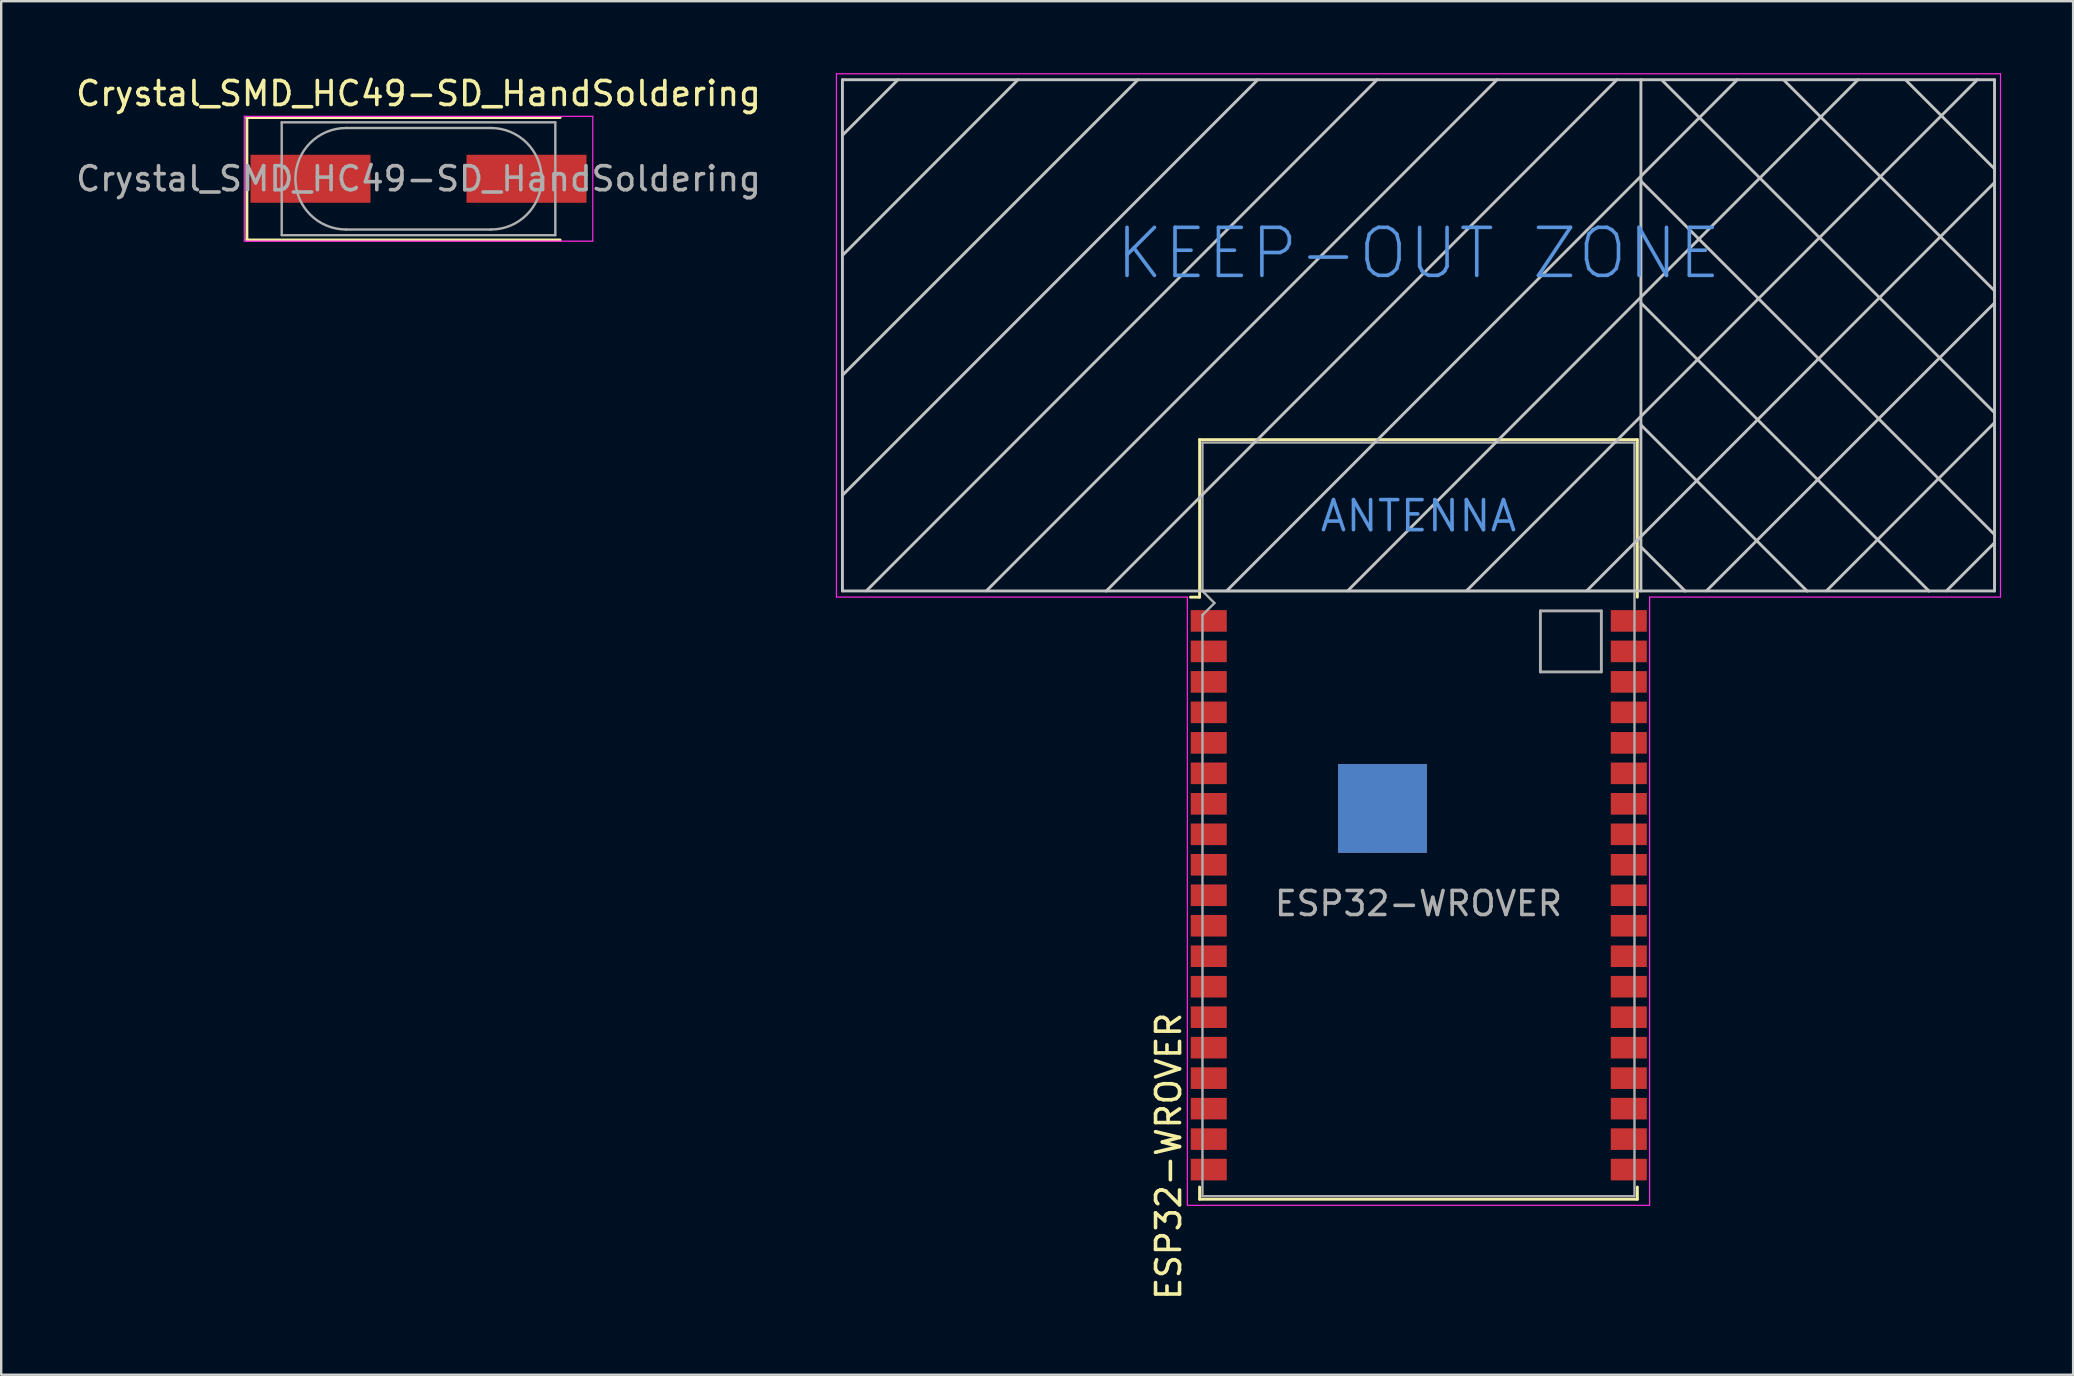
<source format=kicad_pcb>
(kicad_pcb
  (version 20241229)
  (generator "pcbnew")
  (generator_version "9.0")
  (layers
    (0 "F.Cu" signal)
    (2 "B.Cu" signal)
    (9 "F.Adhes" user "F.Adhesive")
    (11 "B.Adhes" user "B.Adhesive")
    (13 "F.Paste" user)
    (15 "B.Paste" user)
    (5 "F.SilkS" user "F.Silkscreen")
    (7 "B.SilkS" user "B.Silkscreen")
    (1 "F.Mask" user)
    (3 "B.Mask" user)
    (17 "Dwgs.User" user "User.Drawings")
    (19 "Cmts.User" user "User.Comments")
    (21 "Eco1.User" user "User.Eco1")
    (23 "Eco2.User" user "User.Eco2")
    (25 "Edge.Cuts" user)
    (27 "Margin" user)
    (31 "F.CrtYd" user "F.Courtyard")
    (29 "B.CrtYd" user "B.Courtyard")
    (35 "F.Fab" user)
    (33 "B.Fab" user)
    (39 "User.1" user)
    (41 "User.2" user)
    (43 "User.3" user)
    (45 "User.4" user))
  (footprint "Crystal_SMD_HC49-SD_HandSoldering"
    (layer "F.Cu")
    (at 14.387 4.398)
    (property "Reference" "Crystal_SMD_HC49-SD_HandSoldering" (at 0 -3.55 0) (layer "F.SilkS") (effects (font (size 1 1) (thickness 0.15))))
    (attr smd)
    (fp_line (start -7.15 -2.565) (end -7.15 2.535) (stroke (width 0.12) (type solid)) (layer "F.SilkS"))
    (fp_line (start -7.15 2.55) (end 5.9 2.55) (stroke (width 0.12) (type solid)) (layer "F.SilkS"))
    (fp_line (start 5.9 -2.55) (end -7.15 -2.55) (stroke (width 0.12) (type solid)) (layer "F.SilkS"))
    (fp_line (start -7.26 -2.609) (end -7.26 2.591) (stroke (width 0.05) (type solid)) (layer "F.CrtYd"))
    (fp_line (start -7.26 2.6) (end 7.26 2.6) (stroke (width 0.05) (type solid)) (layer "F.CrtYd"))
    (fp_line (start 7.26 -2.6) (end -7.26 -2.6) (stroke (width 0.05) (type solid)) (layer "F.CrtYd"))
    (fp_line (start 7.26 2.6) (end 7.26 -2.6) (stroke (width 0.05) (type solid)) (layer "F.CrtYd"))
    (fp_line (start -5.7 -2.35) (end -5.7 2.35) (stroke (width 0.1) (type solid)) (layer "F.Fab"))
    (fp_line (start -5.7 2.35) (end 5.7 2.35) (stroke (width 0.1) (type solid)) (layer "F.Fab"))
    (fp_line (start -3.015 -2.115) (end 3.015 -2.115) (stroke (width 0.1) (type solid)) (layer "F.Fab"))
    (fp_line (start -3.015 2.115) (end 3.015 2.115) (stroke (width 0.1) (type solid)) (layer "F.Fab"))
    (fp_line (start 5.7 -2.35) (end -5.7 -2.35) (stroke (width 0.1) (type solid)) (layer "F.Fab"))
    (fp_line (start 5.7 2.35) (end 5.7 -2.35) (stroke (width 0.1) (type solid)) (layer "F.Fab"))
    (fp_arc (start -3.015 2.115) (mid -5.13 0) (end -3.015 -2.115) (stroke (width 0.1) (type solid)) (layer "F.Fab"))
    (fp_arc (start 3.015 -2.115) (mid 5.13 0) (end 3.015 2.115) (stroke (width 0.1) (type solid)) (layer "F.Fab"))
    (fp_text user "${REFERENCE}" (at 0 0 0) (layer "F.Fab") (effects (font (size 1 1) (thickness 0.15))))
    (pad "1" smd rect (at -4.5 0) (size 5 2) (layers "F.Cu" "F.Mask" "F.Paste"))
    (pad "2" smd rect (at 4.5 0) (size 5 2) (layers "F.Cu" "F.Mask" "F.Paste")))
  (footprint "ESP32-WROVER"
    (layer "F.Cu")
    (at 56.049 34.595)
    (property "Reference" "ESP32-WROVER" (at -10.41 10.53 90) (layer "F.SilkS") (effects (font (size 1 1) (thickness 0.15))))
    (attr smd)
    (fp_line (start -9.12 11.811) (end -9.12 12.319) (stroke (width 0.12) (type solid)) (layer "F.SilkS"))
    (fp_line (start -9.12 12.319) (end 9.12 12.319) (stroke (width 0.12) (type solid)) (layer "F.SilkS"))
    (fp_line (start -9.119 -19.329) (end 9.119 -19.329) (stroke (width 0.12) (type solid)) (layer "F.SilkS"))
    (fp_line (start -9.119 -12.764) (end -9.5 -12.764) (stroke (width 0.12) (type solid)) (layer "F.SilkS"))
    (fp_line (start -9.119 -12.764) (end -9.119 -19.329) (stroke (width 0.12) (type solid)) (layer "F.SilkS"))
    (fp_line (start 9.119 -12.764) (end 9.119 -19.329) (stroke (width 0.12) (type solid)) (layer "F.SilkS"))
    (fp_line (start 9.12 11.811) (end 9.12 12.319) (stroke (width 0.12) (type solid)) (layer "F.SilkS"))
    (fp_line (start -24 -34.323) (end -24 -13.023) (stroke (width 0.12) (type solid)) (layer "Dwgs.User"))
    (fp_line (start -24 -34.323) (end 24 -34.323) (stroke (width 0.12) (type solid)) (layer "Dwgs.User"))
    (fp_line (start -24 -13.023) (end 24 -13.023) (stroke (width 0.12) (type solid)) (layer "Dwgs.User"))
    (fp_line (start -21.69 -34.32) (end -23.99 -32.02) (stroke (width 0.12) (type solid)) (layer "Dwgs.User"))
    (fp_line (start -16.69 -34.32) (end -24 -27) (stroke (width 0.12) (type solid)) (layer "Dwgs.User"))
    (fp_line (start -11.69 -34.32) (end -24 -22.01) (stroke (width 0.12) (type solid)) (layer "Dwgs.User"))
    (fp_line (start -6.7 -34.32) (end -24 -17.01) (stroke (width 0.12) (type solid)) (layer "Dwgs.User"))
    (fp_line (start -1.73 -34.32) (end -23 -13.03) (stroke (width 0.12) (type solid)) (layer "Dwgs.User"))
    (fp_line (start 3.27 -34.32) (end -18 -13.03) (stroke (width 0.12) (type solid)) (layer "Dwgs.User"))
    (fp_line (start 8.26 -34.32) (end -13.01 -13.02) (stroke (width 0.12) (type solid)) (layer "Dwgs.User"))
    (fp_line (start 9.268 -34.323) (end 9.268 -13.023) (stroke (width 0.12) (type solid)) (layer "Dwgs.User"))
    (fp_line (start 9.271 -25.019) (end 21.273 -13.018) (stroke (width 0.12) (type solid)) (layer "Dwgs.User"))
    (fp_line (start 9.271 -19.939) (end 16.192 -13.018) (stroke (width 0.12) (type solid)) (layer "Dwgs.User"))
    (fp_line (start 11.113 -13.018) (end 9.271 -14.859) (stroke (width 0.12) (type solid)) (layer "Dwgs.User"))
    (fp_line (start 13.28 -34.32) (end -7.99 -13.03) (stroke (width 0.12) (type solid)) (layer "Dwgs.User"))
    (fp_line (start 15.24 -34.29) (end 24.003 -25.527) (stroke (width 0.12) (type solid)) (layer "Dwgs.User"))
    (fp_line (start 18.31 -34.32) (end -2.95 -13.03) (stroke (width 0.12) (type solid)) (layer "Dwgs.User"))
    (fp_line (start 20.32 -34.29) (end 24.003 -30.607) (stroke (width 0.12) (type solid)) (layer "Dwgs.User"))
    (fp_line (start 23.28 -34.32) (end 2 -13.03) (stroke (width 0.12) (type solid)) (layer "Dwgs.User"))
    (fp_line (start 24 -34.323) (end 24 -13.023) (stroke (width 0.12) (type solid)) (layer "Dwgs.User"))
    (fp_line (start 24 -30.04) (end 7.01 -13.03) (stroke (width 0.12) (type solid)) (layer "Dwgs.User"))
    (fp_line (start 24 -25.02) (end 12 -13.03) (stroke (width 0.12) (type solid)) (layer "Dwgs.User"))
    (fp_line (start 24 -20.04) (end 17 -13.03) (stroke (width 0.12) (type solid)) (layer "Dwgs.User"))
    (fp_line (start 24 -15.03) (end 22 -13.03) (stroke (width 0.12) (type solid)) (layer "Dwgs.User"))
    (fp_line (start 24.003 -20.447) (end 10.16 -34.29) (stroke (width 0.12) (type solid)) (layer "Dwgs.User"))
    (fp_line (start 24.003 -15.367) (end 9.271 -30.099) (stroke (width 0.12) (type solid)) (layer "Dwgs.User"))
    (fp_line (start -24.25 -34.57) (end -24.25 -12.77) (stroke (width 0.05) (type solid)) (layer "F.CrtYd"))
    (fp_line (start -24.25 -12.77) (end -9.63 -12.77) (stroke (width 0.05) (type solid)) (layer "F.CrtYd"))
    (fp_line (start -9.63 -12.77) (end -9.63 12.573) (stroke (width 0.05) (type solid)) (layer "F.CrtYd"))
    (fp_line (start -9.63 12.573) (end 9.63 12.573) (stroke (width 0.05) (type solid)) (layer "F.CrtYd"))
    (fp_line (start 9.63 -12.77) (end 24.25 -12.77) (stroke (width 0.05) (type solid)) (layer "F.CrtYd"))
    (fp_line (start 9.63 12.573) (end 9.63 -12.77) (stroke (width 0.05) (type solid)) (layer "F.CrtYd"))
    (fp_line (start 24.25 -34.57) (end -24.25 -34.57) (stroke (width 0.05) (type solid)) (layer "F.CrtYd"))
    (fp_line (start 24.25 -12.77) (end 24.25 -34.57) (stroke (width 0.05) (type solid)) (layer "F.CrtYd"))
    (fp_line (start -9 -19.208) (end -9 -13.02) (stroke (width 0.1) (type solid)) (layer "F.Fab"))
    (fp_line (start -9 -19.208) (end 9 -19.208) (stroke (width 0.1) (type solid)) (layer "F.Fab"))
    (fp_line (start -9 -12.02) (end -9 12.192) (stroke (width 0.1) (type solid)) (layer "F.Fab"))
    (fp_line (start -9 -12.02) (end -8.5 -12.52) (stroke (width 0.1) (type solid)) (layer "F.Fab"))
    (fp_line (start -9 12.192) (end 9 12.192) (stroke (width 0.1) (type solid)) (layer "F.Fab"))
    (fp_line (start -8.5 -12.52) (end -9 -13.02) (stroke (width 0.1) (type solid)) (layer "F.Fab"))
    (fp_line (start 5.08 -12.192) (end 5.08 -9.652) (stroke (width 0.12) (type solid)) (layer "F.Fab"))
    (fp_line (start 5.08 -9.652) (end 7.62 -9.652) (stroke (width 0.12) (type solid)) (layer "F.Fab"))
    (fp_line (start 7.62 -12.192) (end 5.08 -12.192) (stroke (width 0.12) (type solid)) (layer "F.Fab"))
    (fp_line (start 7.62 -9.652) (end 7.62 -12.192) (stroke (width 0.12) (type solid)) (layer "F.Fab"))
    (fp_line (start 9 -19.208) (end 9 12.192) (stroke (width 0.1) (type solid)) (layer "F.Fab"))
    (fp_line (start 9 -13.023) (end -9 -13.023) (stroke (width 0.1) (type solid)) (layer "F.Fab"))
    (fp_text user "ANTENNA" (at 0 -16.15 0) (layer "Cmts.User") (effects (font (size 1.25 1.25) (thickness 0.15))))
    (fp_text user "KEEP-OUT ZONE" (at 0 -27.09 0) (layer "Cmts.User") (effects (font (size 2 2) (thickness 0.15))))
    (fp_text user "${REFERENCE}" (at 0 0 0) (layer "F.Fab") (effects (font (size 1 1) (thickness 0.15))))
    (pad "1" smd rect (at -8.738 -11.775) (size 1.5 0.9) (layers "F.Cu" "F.Mask" "F.Paste"))
    (pad "2" smd rect (at -8.738 -10.505) (size 1.5 0.9) (layers "F.Cu" "F.Mask" "F.Paste"))
    (pad "3" smd rect (at -8.738 -9.235) (size 1.5 0.9) (layers "F.Cu" "F.Mask" "F.Paste"))
    (pad "4" smd rect (at -8.738 -7.965) (size 1.5 0.9) (layers "F.Cu" "F.Mask" "F.Paste"))
    (pad "5" smd rect (at -8.738 -6.695) (size 1.5 0.9) (layers "F.Cu" "F.Mask" "F.Paste"))
    (pad "6" smd rect (at -8.738 -5.425) (size 1.5 0.9) (layers "F.Cu" "F.Mask" "F.Paste"))
    (pad "7" smd rect (at -8.738 -4.155) (size 1.5 0.9) (layers "F.Cu" "F.Mask" "F.Paste"))
    (pad "8" smd rect (at -8.738 -2.885) (size 1.5 0.9) (layers "F.Cu" "F.Mask" "F.Paste"))
    (pad "9" smd rect (at -8.738 -1.615) (size 1.5 0.9) (layers "F.Cu" "F.Mask" "F.Paste"))
    (pad "10" smd rect (at -8.738 -0.345) (size 1.5 0.9) (layers "F.Cu" "F.Mask" "F.Paste"))
    (pad "11" smd rect (at -8.738 0.925) (size 1.5 0.9) (layers "F.Cu" "F.Mask" "F.Paste"))
    (pad "12" smd rect (at -8.738 2.195) (size 1.5 0.9) (layers "F.Cu" "F.Mask" "F.Paste"))
    (pad "13" smd rect (at -8.738 3.465) (size 1.5 0.9) (layers "F.Cu" "F.Mask" "F.Paste"))
    (pad "14" smd rect (at -8.738 4.735) (size 1.5 0.9) (layers "F.Cu" "F.Mask" "F.Paste"))
    (pad "15" smd rect (at -8.738 6.005) (size 1.5 0.9) (layers "F.Cu" "F.Mask" "F.Paste"))
    (pad "16" smd rect (at -8.738 7.275) (size 1.5 0.9) (layers "F.Cu" "F.Mask" "F.Paste"))
    (pad "17" smd rect (at -8.738 8.545) (size 1.5 0.9) (layers "F.Cu" "F.Mask" "F.Paste"))
    (pad "18" smd rect (at -8.738 9.815) (size 1.5 0.9) (layers "F.Cu" "F.Mask" "F.Paste"))
    (pad "19" smd rect (at -8.738 11.085) (size 1.5 0.9) (layers "F.Cu" "F.Mask" "F.Paste"))
    (pad "20" smd rect (at 8.763 11.085) (size 1.5 0.9) (layers "F.Cu" "F.Mask" "F.Paste"))
    (pad "21" smd rect (at 8.763 9.815) (size 1.5 0.9) (layers "F.Cu" "F.Mask" "F.Paste"))
    (pad "22" smd rect (at 8.763 8.545) (size 1.5 0.9) (layers "F.Cu" "F.Mask" "F.Paste"))
    (pad "23" smd rect (at 8.763 7.275) (size 1.5 0.9) (layers "F.Cu" "F.Mask" "F.Paste"))
    (pad "24" smd rect (at 8.763 6.005) (size 1.5 0.9) (layers "F.Cu" "F.Mask" "F.Paste"))
    (pad "25" smd rect (at 8.763 4.735) (size 1.5 0.9) (layers "F.Cu" "F.Mask" "F.Paste"))
    (pad "26" smd rect (at 8.763 3.465) (size 1.5 0.9) (layers "F.Cu" "F.Mask" "F.Paste"))
    (pad "27" smd rect (at 8.763 2.195) (size 1.5 0.9) (layers "F.Cu" "F.Mask" "F.Paste"))
    (pad "28" smd rect (at 8.763 0.925) (size 1.5 0.9) (layers "F.Cu" "F.Mask" "F.Paste"))
    (pad "29" smd rect (at 8.763 -0.345) (size 1.5 0.9) (layers "F.Cu" "F.Mask" "F.Paste"))
    (pad "30" smd rect (at 8.763 -1.615) (size 1.5 0.9) (layers "F.Cu" "F.Mask" "F.Paste"))
    (pad "31" smd rect (at 8.763 -2.885) (size 1.5 0.9) (layers "F.Cu" "F.Mask" "F.Paste"))
    (pad "32" smd rect (at 8.763 -4.155) (size 1.5 0.9) (layers "F.Cu" "F.Mask" "F.Paste"))
    (pad "33" smd rect (at 8.763 -5.425) (size 1.5 0.9) (layers "F.Cu" "F.Mask" "F.Paste"))
    (pad "34" smd rect (at 8.763 -6.695) (size 1.5 0.9) (layers "F.Cu" "F.Mask" "F.Paste"))
    (pad "35" smd rect (at 8.763 -7.965) (size 1.5 0.9) (layers "F.Cu" "F.Mask" "F.Paste"))
    (pad "36" smd rect (at 8.763 -9.235) (size 1.5 0.9) (layers "F.Cu" "F.Mask" "F.Paste"))
    (pad "37" smd rect (at 8.763 -10.505) (size 1.5 0.9) (layers "F.Cu" "F.Mask" "F.Paste"))
    (pad "38" smd rect (at 8.763 -11.775) (size 1.5 0.9) (layers "F.Cu" "F.Mask" "F.Paste"))
    (pad "39" smd rect (at -2.896 -5.359) (size 0.9 0.9) (layers "F.Cu" "F.Mask" "F.Paste"))
    (pad "39" smd rect (at -2.896 -3.959) (size 0.9 0.9) (layers "F.Cu" "F.Mask" "F.Paste"))
    (pad "39" smd rect (at -2.896 -2.559) (size 0.9 0.9) (layers "F.Cu" "F.Mask" "F.Paste"))
    (pad "39" smd rect (at -1.499 -3.962) (size 3.7 3.7) (layers "F.Cu"))
    (pad "39" smd rect (at -1.499 -3.962) (size 3.7 3.7) (layers "B.Cu" "B.Mask"))
    (pad "39" smd rect (at -1.496 -5.359) (size 0.9 0.9) (layers "F.Cu" "F.Mask" "F.Paste"))
    (pad "39" smd rect (at -1.496 -3.959) (size 0.9 0.9) (layers "F.Cu" "F.Mask" "F.Paste"))
    (pad "39" smd rect (at -1.496 -2.559) (size 0.9 0.9) (layers "F.Cu" "F.Mask" "F.Paste"))
    (pad "39" smd rect (at -0.096 -5.359) (size 0.9 0.9) (layers "F.Cu" "F.Mask" "F.Paste"))
    (pad "39" smd rect (at -0.096 -3.959) (size 0.9 0.9) (layers "F.Cu" "F.Mask" "F.Paste"))
    (pad "39" smd rect (at -0.096 -2.559) (size 0.9 0.9) (layers "F.Cu" "F.Mask" "F.Paste")))
  (gr_rect
    (start -3 -3)
    (end 83.324 54.226)
    (stroke (width 0.1) (type default))
    (fill no)
    (layer "Edge.Cuts")))
</source>
